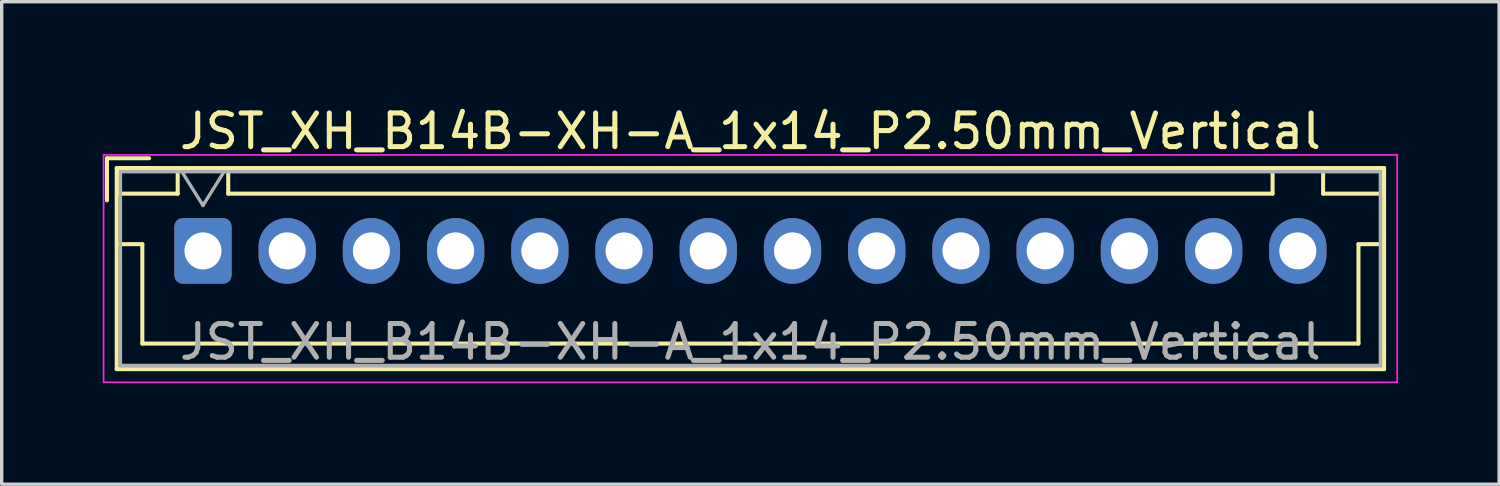
<source format=kicad_pcb>
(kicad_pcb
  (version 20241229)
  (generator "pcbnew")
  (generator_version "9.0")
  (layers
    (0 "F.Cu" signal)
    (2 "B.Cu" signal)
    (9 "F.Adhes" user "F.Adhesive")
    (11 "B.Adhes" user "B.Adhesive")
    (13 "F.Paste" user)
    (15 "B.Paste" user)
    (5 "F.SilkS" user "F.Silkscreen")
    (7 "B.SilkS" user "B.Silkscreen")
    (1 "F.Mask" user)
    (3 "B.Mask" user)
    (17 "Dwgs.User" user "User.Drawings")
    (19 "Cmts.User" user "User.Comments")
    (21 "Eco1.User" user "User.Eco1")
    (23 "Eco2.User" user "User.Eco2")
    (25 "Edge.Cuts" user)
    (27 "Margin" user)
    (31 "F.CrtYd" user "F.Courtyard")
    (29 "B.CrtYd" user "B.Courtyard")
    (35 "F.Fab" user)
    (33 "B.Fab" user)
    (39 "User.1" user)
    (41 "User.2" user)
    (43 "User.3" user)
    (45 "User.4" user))
  (footprint "JST_XH_B14B-XH-A_1x14_P2.50mm_Vertical"
    (layer "F.Cu")
    (at 2.975 4.398)
    (property "Reference" "JST_XH_B14B-XH-A_1x14_P2.50mm_Vertical" (at 16.25 -3.55 0) (layer "F.SilkS") (effects (font (size 1 1) (thickness 0.15))))
    (attr through_hole)
    (fp_line (start -2.85 -2.75) (end -2.85 -1.5) (stroke (width 0.12) (type solid)) (layer "F.SilkS"))
    (fp_line (start -2.56 -2.46) (end -2.56 3.51) (stroke (width 0.12) (type solid)) (layer "F.SilkS"))
    (fp_line (start -2.56 3.51) (end 35.06 3.51) (stroke (width 0.12) (type solid)) (layer "F.SilkS"))
    (fp_line (start -2.55 -2.45) (end -2.55 -1.7) (stroke (width 0.12) (type solid)) (layer "F.SilkS"))
    (fp_line (start -2.55 -1.7) (end -0.75 -1.7) (stroke (width 0.12) (type solid)) (layer "F.SilkS"))
    (fp_line (start -2.55 -0.2) (end -1.8 -0.2) (stroke (width 0.12) (type solid)) (layer "F.SilkS"))
    (fp_line (start -1.8 -0.2) (end -1.8 2.75) (stroke (width 0.12) (type solid)) (layer "F.SilkS"))
    (fp_line (start -1.8 2.75) (end 16.25 2.75) (stroke (width 0.12) (type solid)) (layer "F.SilkS"))
    (fp_line (start -1.6 -2.75) (end -2.85 -2.75) (stroke (width 0.12) (type solid)) (layer "F.SilkS"))
    (fp_line (start -0.75 -2.45) (end -2.55 -2.45) (stroke (width 0.12) (type solid)) (layer "F.SilkS"))
    (fp_line (start -0.75 -1.7) (end -0.75 -2.45) (stroke (width 0.12) (type solid)) (layer "F.SilkS"))
    (fp_line (start 0.75 -2.45) (end 0.75 -1.7) (stroke (width 0.12) (type solid)) (layer "F.SilkS"))
    (fp_line (start 0.75 -1.7) (end 31.75 -1.7) (stroke (width 0.12) (type solid)) (layer "F.SilkS"))
    (fp_line (start 31.75 -2.45) (end 0.75 -2.45) (stroke (width 0.12) (type solid)) (layer "F.SilkS"))
    (fp_line (start 31.75 -1.7) (end 31.75 -2.45) (stroke (width 0.12) (type solid)) (layer "F.SilkS"))
    (fp_line (start 33.25 -2.45) (end 33.25 -1.7) (stroke (width 0.12) (type solid)) (layer "F.SilkS"))
    (fp_line (start 33.25 -1.7) (end 35.05 -1.7) (stroke (width 0.12) (type solid)) (layer "F.SilkS"))
    (fp_line (start 34.3 -0.2) (end 34.3 2.75) (stroke (width 0.12) (type solid)) (layer "F.SilkS"))
    (fp_line (start 34.3 2.75) (end 16.25 2.75) (stroke (width 0.12) (type solid)) (layer "F.SilkS"))
    (fp_line (start 35.05 -2.45) (end 33.25 -2.45) (stroke (width 0.12) (type solid)) (layer "F.SilkS"))
    (fp_line (start 35.05 -1.7) (end 35.05 -2.45) (stroke (width 0.12) (type solid)) (layer "F.SilkS"))
    (fp_line (start 35.05 -0.2) (end 34.3 -0.2) (stroke (width 0.12) (type solid)) (layer "F.SilkS"))
    (fp_line (start 35.06 -2.46) (end -2.56 -2.46) (stroke (width 0.12) (type solid)) (layer "F.SilkS"))
    (fp_line (start 35.06 3.51) (end 35.06 -2.46) (stroke (width 0.12) (type solid)) (layer "F.SilkS"))
    (fp_line (start -2.95 -2.85) (end -2.95 3.9) (stroke (width 0.05) (type solid)) (layer "F.CrtYd"))
    (fp_line (start -2.95 3.9) (end 35.45 3.9) (stroke (width 0.05) (type solid)) (layer "F.CrtYd"))
    (fp_line (start 35.45 -2.85) (end -2.95 -2.85) (stroke (width 0.05) (type solid)) (layer "F.CrtYd"))
    (fp_line (start 35.45 3.9) (end 35.45 -2.85) (stroke (width 0.05) (type solid)) (layer "F.CrtYd"))
    (fp_line (start -2.45 -2.35) (end -2.45 3.4) (stroke (width 0.1) (type solid)) (layer "F.Fab"))
    (fp_line (start -2.45 3.4) (end 34.95 3.4) (stroke (width 0.1) (type solid)) (layer "F.Fab"))
    (fp_line (start -0.625 -2.35) (end 0 -1.35) (stroke (width 0.1) (type solid)) (layer "F.Fab"))
    (fp_line (start 0 -1.35) (end 0.625 -2.35) (stroke (width 0.1) (type solid)) (layer "F.Fab"))
    (fp_line (start 34.95 -2.35) (end -2.45 -2.35) (stroke (width 0.1) (type solid)) (layer "F.Fab"))
    (fp_line (start 34.95 3.4) (end 34.95 -2.35) (stroke (width 0.1) (type solid)) (layer "F.Fab"))
    (fp_text user "${REFERENCE}" (at 16.25 2.7 0) (layer "F.Fab") (effects (font (size 1 1) (thickness 0.15))))
    (pad "1" thru_hole roundrect (at 0 0) (size 1.7 1.95) (drill 1.1) (layers "*.Cu" "*.Mask") (roundrect_rratio 0.147))
    (pad "2" thru_hole oval (at 2.5 0) (size 1.7 1.95) (drill 1.1) (layers "*.Cu" "*.Mask"))
    (pad "3" thru_hole oval (at 5 0) (size 1.7 1.95) (drill 1.1) (layers "*.Cu" "*.Mask"))
    (pad "4" thru_hole oval (at 7.5 0) (size 1.7 1.95) (drill 1.1) (layers "*.Cu" "*.Mask"))
    (pad "5" thru_hole oval (at 10 0) (size 1.7 1.95) (drill 1.1) (layers "*.Cu" "*.Mask"))
    (pad "6" thru_hole oval (at 12.5 0) (size 1.7 1.95) (drill 1.1) (layers "*.Cu" "*.Mask"))
    (pad "7" thru_hole oval (at 15 0) (size 1.7 1.95) (drill 1.1) (layers "*.Cu" "*.Mask"))
    (pad "8" thru_hole oval (at 17.5 0) (size 1.7 1.95) (drill 1.1) (layers "*.Cu" "*.Mask"))
    (pad "9" thru_hole oval (at 20 0) (size 1.7 1.95) (drill 1.1) (layers "*.Cu" "*.Mask"))
    (pad "10" thru_hole oval (at 22.5 0) (size 1.7 1.95) (drill 1.1) (layers "*.Cu" "*.Mask"))
    (pad "11" thru_hole oval (at 25 0) (size 1.7 1.95) (drill 1.1) (layers "*.Cu" "*.Mask"))
    (pad "12" thru_hole oval (at 27.5 0) (size 1.7 1.95) (drill 1.1) (layers "*.Cu" "*.Mask"))
    (pad "13" thru_hole oval (at 30 0) (size 1.7 1.95) (drill 1.1) (layers "*.Cu" "*.Mask"))
    (pad "14" thru_hole oval (at 32.5 0) (size 1.7 1.95) (drill 1.1) (layers "*.Cu" "*.Mask")))
  (gr_rect
    (start -3 -3)
    (end 41.45 11.323)
    (stroke (width 0.1) (type default))
    (fill no)
    (layer "Edge.Cuts")))
</source>
